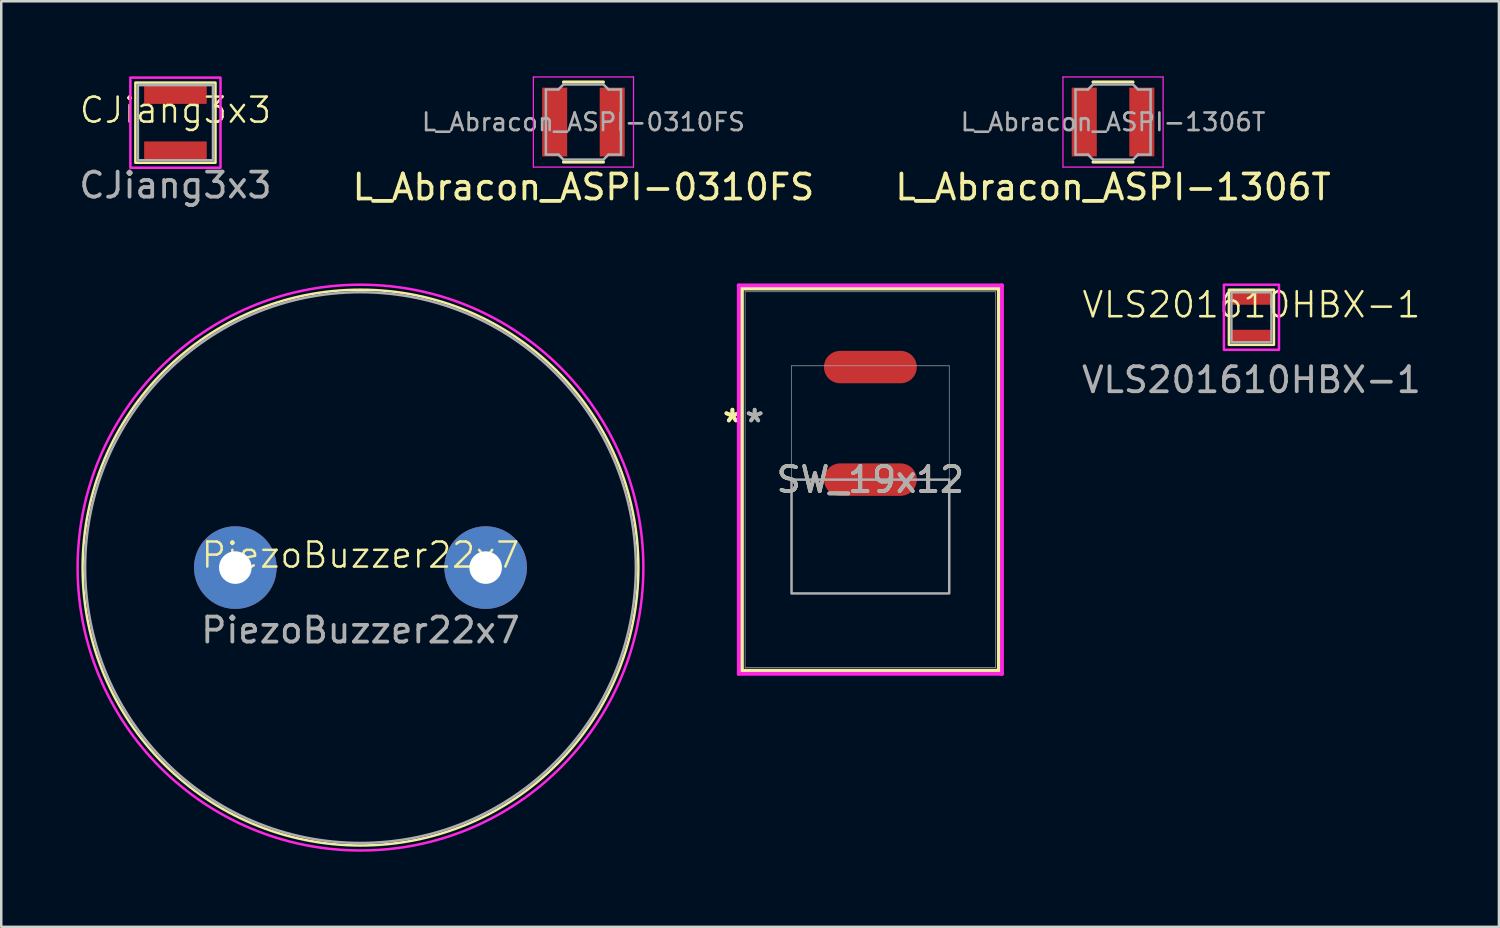
<source format=kicad_pcb>
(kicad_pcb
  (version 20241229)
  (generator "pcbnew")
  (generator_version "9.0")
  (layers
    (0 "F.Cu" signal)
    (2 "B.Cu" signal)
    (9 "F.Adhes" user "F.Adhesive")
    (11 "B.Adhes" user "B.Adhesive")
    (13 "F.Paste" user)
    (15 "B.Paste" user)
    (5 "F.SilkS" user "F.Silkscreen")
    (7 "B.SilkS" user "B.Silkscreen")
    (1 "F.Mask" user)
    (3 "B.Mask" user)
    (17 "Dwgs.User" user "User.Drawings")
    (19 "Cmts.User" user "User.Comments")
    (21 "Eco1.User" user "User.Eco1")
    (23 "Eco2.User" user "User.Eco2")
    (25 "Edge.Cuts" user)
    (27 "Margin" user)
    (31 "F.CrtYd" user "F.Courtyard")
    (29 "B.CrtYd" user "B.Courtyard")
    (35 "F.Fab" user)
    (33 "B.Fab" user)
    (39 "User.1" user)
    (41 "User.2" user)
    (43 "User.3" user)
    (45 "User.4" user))
  (footprint "L_Abracon_ASPI-1306T"
    (layer "F.Cu")
    (at 41.411 1.825)
    (property "Reference" "L_Abracon_ASPI-1306T" (at 0 2.6 0) (layer "F.SilkS") (effects (font (size 1 1) (thickness 0.15))))
    (attr smd)
    (fp_line (start -0.8 -1.6) (end 0.8 -1.6) (stroke (width 0.12) (type solid)) (layer "F.SilkS"))
    (fp_line (start -0.8 1.6) (end 0.8 1.6) (stroke (width 0.12) (type solid)) (layer "F.SilkS"))
    (fp_line (start -2 -1.8) (end -2 1.8) (stroke (width 0.05) (type solid)) (layer "F.CrtYd"))
    (fp_line (start -2 1.8) (end 2 1.8) (stroke (width 0.05) (type solid)) (layer "F.CrtYd"))
    (fp_line (start 2 -1.8) (end -2 -1.8) (stroke (width 0.05) (type solid)) (layer "F.CrtYd"))
    (fp_line (start 2 1.8) (end 2 -1.8) (stroke (width 0.05) (type solid)) (layer "F.CrtYd"))
    (fp_line (start -1.5 -1.3) (end -1.5 1.3) (stroke (width 0.1) (type solid)) (layer "F.Fab"))
    (fp_line (start -1.5 1.3) (end -1 1.3) (stroke (width 0.1) (type solid)) (layer "F.Fab"))
    (fp_line (start -1 -1.3) (end -1.5 -1.3) (stroke (width 0.1) (type solid)) (layer "F.Fab"))
    (fp_line (start -1 1.3) (end -0.8 1.5) (stroke (width 0.1) (type solid)) (layer "F.Fab"))
    (fp_line (start -0.8 -1.5) (end -1 -1.3) (stroke (width 0.1) (type solid)) (layer "F.Fab"))
    (fp_line (start -0.8 1.5) (end 0.8 1.5) (stroke (width 0.1) (type solid)) (layer "F.Fab"))
    (fp_line (start 0.8 -1.5) (end -0.8 -1.5) (stroke (width 0.1) (type solid)) (layer "F.Fab"))
    (fp_line (start 0.8 1.5) (end 1 1.3) (stroke (width 0.1) (type solid)) (layer "F.Fab"))
    (fp_line (start 1 -1.3) (end 0.8 -1.5) (stroke (width 0.1) (type solid)) (layer "F.Fab"))
    (fp_line (start 1 1.3) (end 1.5 1.3) (stroke (width 0.1) (type solid)) (layer "F.Fab"))
    (fp_line (start 1.5 -1.3) (end 1 -1.3) (stroke (width 0.1) (type solid)) (layer "F.Fab"))
    (fp_line (start 1.5 1.3) (end 1.5 -1.3) (stroke (width 0.1) (type solid)) (layer "F.Fab"))
    (fp_text user "${REFERENCE}" (at 0 0 0) (layer "F.Fab") (effects (font (size 0.7 0.7) (thickness 0.105))))
    (pad "1" smd rect (at -1.15 0) (size 1 2.75) (layers "F.Cu" "F.Mask" "F.Paste"))
    (pad "2" smd rect (at 1.15 0) (size 1 2.75) (layers "F.Cu" "F.Mask" "F.Paste")))
  (footprint "L_Abracon_ASPI-0310FS"
    (layer "F.Cu")
    (at 20.256 1.825)
    (property "Reference" "L_Abracon_ASPI-0310FS" (at 0 2.6 0) (layer "F.SilkS") (effects (font (size 1 1) (thickness 0.15))))
    (attr smd)
    (fp_line (start -0.8 -1.6) (end 0.8 -1.6) (stroke (width 0.12) (type solid)) (layer "F.SilkS"))
    (fp_line (start -0.8 1.6) (end 0.8 1.6) (stroke (width 0.12) (type solid)) (layer "F.SilkS"))
    (fp_line (start -2 -1.8) (end -2 1.8) (stroke (width 0.05) (type solid)) (layer "F.CrtYd"))
    (fp_line (start -2 1.8) (end 2 1.8) (stroke (width 0.05) (type solid)) (layer "F.CrtYd"))
    (fp_line (start 2 -1.8) (end -2 -1.8) (stroke (width 0.05) (type solid)) (layer "F.CrtYd"))
    (fp_line (start 2 1.8) (end 2 -1.8) (stroke (width 0.05) (type solid)) (layer "F.CrtYd"))
    (fp_line (start -1.5 -1.3) (end -1.5 1.3) (stroke (width 0.1) (type solid)) (layer "F.Fab"))
    (fp_line (start -1.5 1.3) (end -1 1.3) (stroke (width 0.1) (type solid)) (layer "F.Fab"))
    (fp_line (start -1 -1.3) (end -1.5 -1.3) (stroke (width 0.1) (type solid)) (layer "F.Fab"))
    (fp_line (start -1 1.3) (end -0.8 1.5) (stroke (width 0.1) (type solid)) (layer "F.Fab"))
    (fp_line (start -0.8 -1.5) (end -1 -1.3) (stroke (width 0.1) (type solid)) (layer "F.Fab"))
    (fp_line (start -0.8 1.5) (end 0.8 1.5) (stroke (width 0.1) (type solid)) (layer "F.Fab"))
    (fp_line (start 0.8 -1.5) (end -0.8 -1.5) (stroke (width 0.1) (type solid)) (layer "F.Fab"))
    (fp_line (start 0.8 1.5) (end 1 1.3) (stroke (width 0.1) (type solid)) (layer "F.Fab"))
    (fp_line (start 1 -1.3) (end 0.8 -1.5) (stroke (width 0.1) (type solid)) (layer "F.Fab"))
    (fp_line (start 1 1.3) (end 1.5 1.3) (stroke (width 0.1) (type solid)) (layer "F.Fab"))
    (fp_line (start 1.5 -1.3) (end 1 -1.3) (stroke (width 0.1) (type solid)) (layer "F.Fab"))
    (fp_line (start 1.5 1.3) (end 1.5 -1.3) (stroke (width 0.1) (type solid)) (layer "F.Fab"))
    (fp_text user "${REFERENCE}" (at 0 0 0) (layer "F.Fab") (effects (font (size 0.7 0.7) (thickness 0.105))))
    (pad "1" smd rect (at -1.15 0) (size 1 2.75) (layers "F.Cu" "F.Mask" "F.Paste"))
    (pad "2" smd rect (at 1.15 0) (size 1 2.75) (layers "F.Cu" "F.Mask" "F.Paste")))
  (footprint "CJiang3x3"
    (layer "F.Cu")
    (at 3.958 1.85)
    (property "Reference" "CJiang3x3" (at 0 -0.5 0) (unlocked yes) (layer "F.SilkS") (effects (font (size 1 1) (thickness 0.1))))
    (attr smd)
    (fp_rect (start -1.6 -1.6) (end 1.6 1.6) (stroke (width 0.1) (type default)) (fill no) (layer "F.SilkS"))
    (fp_rect (start -1.8 -1.8) (end 1.8 1.8) (stroke (width 0.1) (type default)) (fill no) (layer "F.CrtYd"))
    (fp_rect (start -1.5 -1.5) (end 1.5 1.5) (stroke (width 0.1) (type default)) (fill no) (layer "F.Fab"))
    (fp_text user "${REFERENCE}" (at 0 2.5 0) (unlocked yes) (layer "F.Fab") (effects (font (size 1 1) (thickness 0.15))))
    (pad "1" smd rect (at 0 -1.125) (size 2.5 0.75) (layers "F.Cu" "F.Mask" "F.Paste"))
    (pad "2" smd rect (at 0 1.125) (size 2.5 0.75) (layers "F.Cu" "F.Mask" "F.Paste")))
  (footprint "SW_19x12"
    (layer "F.Cu")
    (at 31.718 11.613)
    (property "Reference" "SW_19x12" (at 0 4.496 0) (unlocked yes) (layer "F.SilkS") (effects (font (size 1 1) (thickness 0.15))))
    (attr smd)
    (fp_line (start -5.131 -3.137) (end -5.131 12.129) (stroke (width 0.152) (type solid)) (layer "F.SilkS"))
    (fp_line (start -5.131 12.129) (end 5.131 12.129) (stroke (width 0.152) (type solid)) (layer "F.SilkS"))
    (fp_line (start 5.131 -3.137) (end -5.131 -3.137) (stroke (width 0.152) (type solid)) (layer "F.SilkS"))
    (fp_line (start 5.131 12.129) (end 5.131 -3.137) (stroke (width 0.152) (type solid)) (layer "F.SilkS"))
    (fp_line (start -5.258 -3.264) (end -5.258 12.255) (stroke (width 0.152) (type solid)) (layer "F.CrtYd"))
    (fp_line (start -5.258 12.255) (end 5.258 12.255) (stroke (width 0.152) (type solid)) (layer "F.CrtYd"))
    (fp_line (start 5.258 -3.264) (end -5.258 -3.264) (stroke (width 0.152) (type solid)) (layer "F.CrtYd"))
    (fp_line (start 5.258 12.255) (end 5.258 -3.264) (stroke (width 0.152) (type solid)) (layer "F.CrtYd"))
    (fp_line (start -5.004 -3.01) (end -5.004 12.002) (stroke (width 0.025) (type solid)) (layer "F.Fab"))
    (fp_line (start -5.004 12.002) (end 5.004 12.002) (stroke (width 0.025) (type solid)) (layer "F.Fab"))
    (fp_line (start -3.15 -0.051) (end 3.15 -0.051) (stroke (width 0.025) (type solid)) (layer "F.Fab"))
    (fp_line (start -3.15 9.042) (end -3.15 -0.051) (stroke (width 0.025) (type solid)) (layer "F.Fab"))
    (fp_line (start 3.15 -0.051) (end 3.15 9.042) (stroke (width 0.025) (type solid)) (layer "F.Fab"))
    (fp_line (start 3.15 9.042) (end -3.15 9.042) (stroke (width 0.025) (type solid)) (layer "F.Fab"))
    (fp_line (start 5.004 -3.01) (end -5.004 -3.01) (stroke (width 0.025) (type solid)) (layer "F.Fab"))
    (fp_line (start 5.004 12.002) (end 5.004 -3.01) (stroke (width 0.025) (type solid)) (layer "F.Fab"))
    (fp_poly (pts (xy -3.15 9.042) (xy -3.15 4.496) (xy 3.15 4.496) (xy 3.15 9.042)) (stroke (width 0.1) (type solid)) (fill no) (layer "F.Fab"))
    (fp_text user "*" (at -5.512 2.248 0) (layer "F.SilkS") (effects (font (size 1 1) (thickness 0.15))))
    (fp_text user "*" (at -5.512 2.248 0) (unlocked yes) (layer "F.SilkS") (effects (font (size 1 1) (thickness 0.15))))
    (fp_text user "*" (at -4.623 2.248 0) (unlocked yes) (layer "F.Fab") (effects (font (size 1 1) (thickness 0.15))))
    (fp_text user "${REFERENCE}" (at 0 4.496 0) (unlocked yes) (layer "F.Fab") (effects (font (size 1 1) (thickness 0.15))))
    (fp_text user "*" (at -4.623 2.248 0) (layer "F.Fab") (effects (font (size 1 1) (thickness 0.15))))
    (pad "1" smd oval (at 0 0) (size 3.708 1.295) (layers "F.Cu" "F.Mask" "F.Paste"))
    (pad "2" smd oval (at 0 4.496) (size 3.708 1.295) (layers "F.Cu" "F.Mask" "F.Paste")))
  (footprint "PiezoBuzzer22x7"
    (layer "F.Cu")
    (at 11.35 19.623)
    (property "Reference" "PiezoBuzzer22x7" (at 0 -0.5 0) (unlocked yes) (layer "F.SilkS") (effects (font (size 1 1) (thickness 0.1))))
    (attr through_hole)
    (fp_circle (center 0 0) (end 11.1 0) (stroke (width 0.1) (type default)) (fill no) (layer "F.SilkS"))
    (fp_circle (center 0 0) (end 11.3 0) (stroke (width 0.1) (type default)) (fill no) (layer "F.CrtYd"))
    (fp_circle (center 0 0) (end 11 0) (stroke (width 0.1) (type default)) (fill no) (layer "F.Fab"))
    (fp_text user "${REFERENCE}" (at 0 2.5 0) (unlocked yes) (layer "F.Fab") (effects (font (size 1 1) (thickness 0.15))))
    (pad "1" thru_hole circle (at -5 0) (size 3.3 3.3) (drill 1.3) (layers "*.Cu" "*.Mask"))
    (pad "2" thru_hole circle (at 5 0) (size 3.3 3.3) (drill 1.3) (layers "*.Cu" "*.Mask")))
  (footprint "VLS201610HBX-1"
    (layer "F.Cu")
    (at 46.939 9.623)
    (property "Reference" "VLS201610HBX-1" (at 0 -0.5 0) (unlocked yes) (layer "F.SilkS") (effects (font (size 1 1) (thickness 0.1))))
    (attr smd)
    (fp_rect (start -0.9 -1.1) (end 0.9 1.1) (stroke (width 0.1) (type default)) (fill no) (layer "F.SilkS"))
    (fp_rect (start -1.1 -1.3) (end 1.1 1.3) (stroke (width 0.1) (type default)) (fill no) (layer "F.CrtYd"))
    (fp_rect (start -0.8 -1) (end 0.8 1) (stroke (width 0.1) (type default)) (fill no) (layer "F.Fab"))
    (fp_text user "${REFERENCE}" (at 0 2.5 0) (unlocked yes) (layer "F.Fab") (effects (font (size 1 1) (thickness 0.15))))
    (pad "1" smd rect (at 0 -0.75) (size 1.6 0.5) (layers "F.Cu" "F.Mask" "F.Paste"))
    (pad "2" smd rect (at 0 0.75) (size 1.6 0.5) (layers "F.Cu" "F.Mask" "F.Paste")))
  (gr_rect
    (start -3 -3)
    (end 56.826 33.973)
    (stroke (width 0.1) (type default))
    (fill no)
    (layer "Edge.Cuts")))
</source>
